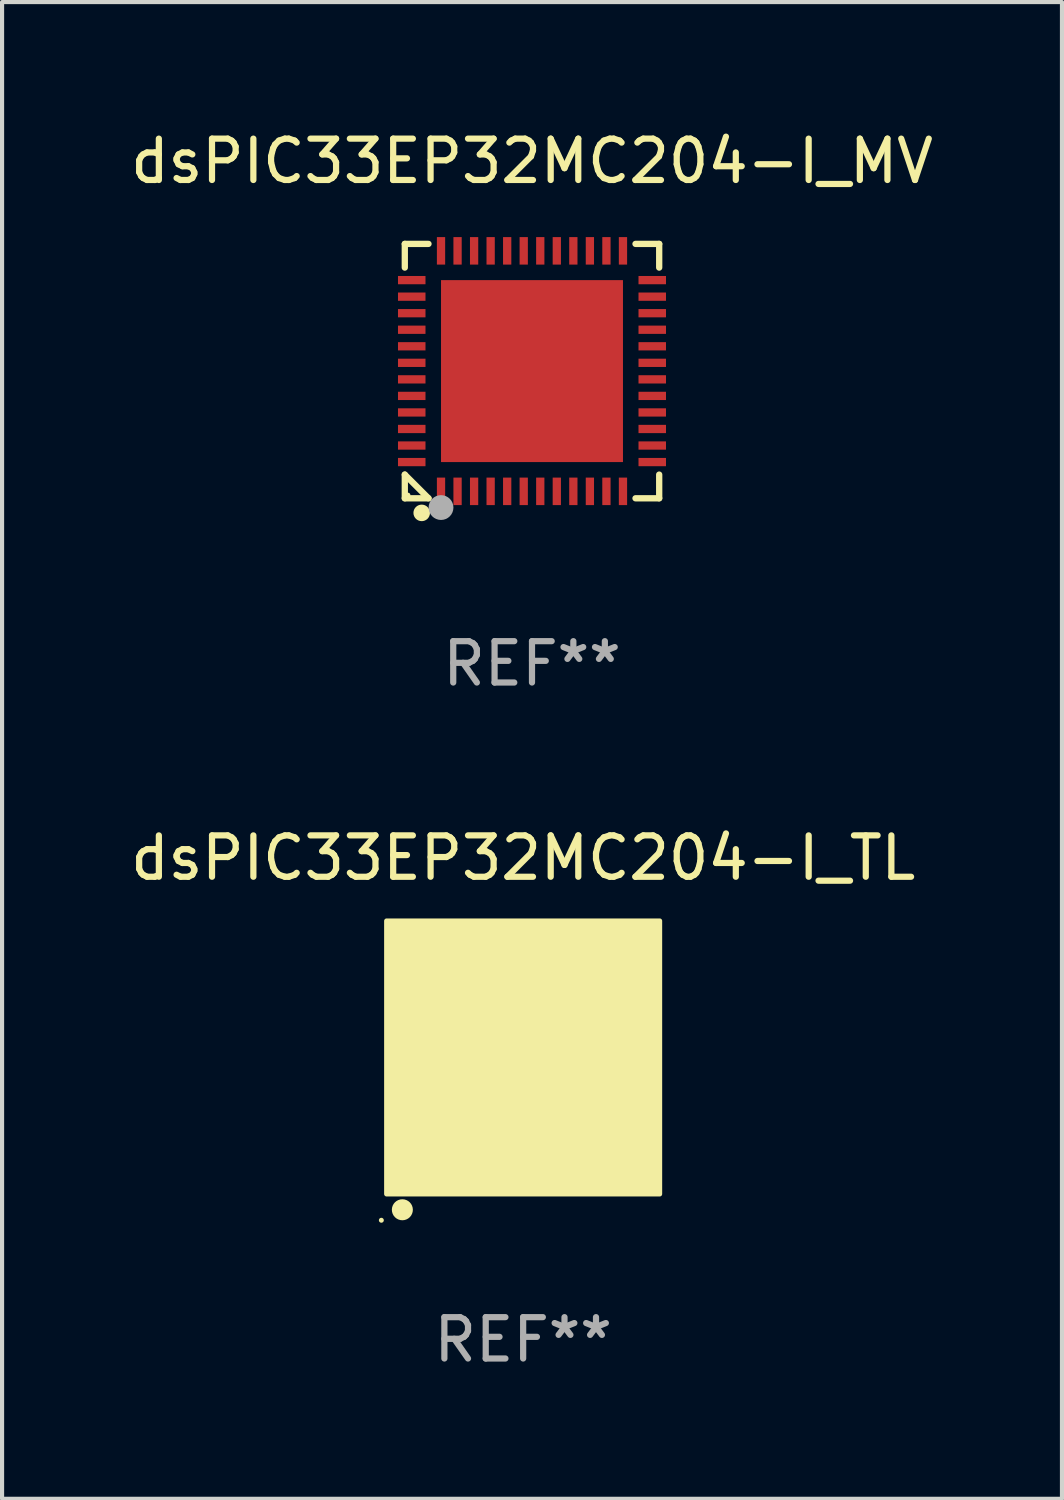
<source format=kicad_pcb>
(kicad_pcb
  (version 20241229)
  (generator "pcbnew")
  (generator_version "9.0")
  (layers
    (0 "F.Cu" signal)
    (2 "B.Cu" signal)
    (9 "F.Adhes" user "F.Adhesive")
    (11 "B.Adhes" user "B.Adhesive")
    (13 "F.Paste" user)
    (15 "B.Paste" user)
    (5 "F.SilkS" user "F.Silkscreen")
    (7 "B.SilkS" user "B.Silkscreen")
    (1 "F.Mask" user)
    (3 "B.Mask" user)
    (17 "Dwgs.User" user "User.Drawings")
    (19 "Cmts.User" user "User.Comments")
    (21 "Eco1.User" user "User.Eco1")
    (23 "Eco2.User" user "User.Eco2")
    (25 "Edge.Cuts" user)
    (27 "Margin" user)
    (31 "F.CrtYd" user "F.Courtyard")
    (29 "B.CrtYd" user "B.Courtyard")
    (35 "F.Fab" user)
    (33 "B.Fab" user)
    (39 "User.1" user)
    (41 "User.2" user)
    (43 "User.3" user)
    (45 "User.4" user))
  (footprint "dsPIC33EP32MC204-I_TL"
    (layer "F.Cu")
    (at 9.601 22.522)
    (property "Reference" "dsPIC33EP32MC204-I_TL" (at 0 -4.825 0) (layer "F.SilkS") (effects (font (size 1 1) (thickness 0.15))))
    (attr through_hole)
    (fp_circle (center -3.429 3.937) (end -3.399 3.937) (stroke (width 0.06) (type solid)) (fill no) (layer "F.SilkS"))
    (fp_circle (center -2.921 3.683) (end -2.794 3.683) (stroke (width 0.254) (type solid)) (fill no) (layer "F.SilkS"))
    (fp_poly (pts (xy -3.302 -3.302) (xy 3.302 -3.302) (xy 3.302 3.302) (xy -3.302 3.302)) (stroke (width 0.12) (type solid)) (fill yes) (layer "F.SilkS"))
    (fp_text user "REF**" (at 0 6.825 0) (layer "F.Fab") (effects (font (size 1 1) (thickness 0.15))))
    (pad "1" smd rect (at -2.25 2.825) (size 0.3 0.45) (layers "F.Cu" "F.Mask" "F.Paste"))
    (pad "2" smd rect (at -1.75 2.825) (size 0.3 0.45) (layers "F.Cu" "F.Mask" "F.Paste"))
    (pad "3" smd rect (at -1.25 2.825) (size 0.3 0.45) (layers "F.Cu" "F.Mask" "F.Paste"))
    (pad "4" smd rect (at -0.75 2.825) (size 0.3 0.45) (layers "F.Cu" "F.Mask" "F.Paste"))
    (pad "5" smd rect (at -0.25 2.825) (size 0.3 0.45) (layers "F.Cu" "F.Mask" "F.Paste"))
    (pad "6" smd rect (at 0.25 2.825) (size 0.3 0.45) (layers "F.Cu" "F.Mask" "F.Paste"))
    (pad "7" smd rect (at 0.75 2.825) (size 0.3 0.45) (layers "F.Cu" "F.Mask" "F.Paste"))
    (pad "8" smd rect (at 1.25 2.825) (size 0.3 0.45) (layers "F.Cu" "F.Mask" "F.Paste"))
    (pad "9" smd rect (at 1.75 2.825) (size 0.3 0.45) (layers "F.Cu" "F.Mask" "F.Paste"))
    (pad "10" smd rect (at 2.25 2.825) (size 0.3 0.45) (layers "F.Cu" "F.Mask" "F.Paste"))
    (pad "11" smd rect (at 2.825 2.825 90) (size 0.45 0.45) (layers "F.Cu" "F.Mask" "F.Paste"))
    (pad "12" smd rect (at 2.825 2.25 90) (size 0.3 0.45) (layers "F.Cu" "F.Mask" "F.Paste"))
    (pad "13" smd rect (at 2.825 1.75 90) (size 0.3 0.45) (layers "F.Cu" "F.Mask" "F.Paste"))
    (pad "14" smd rect (at 2.825 1.25 90) (size 0.3 0.45) (layers "F.Cu" "F.Mask" "F.Paste"))
    (pad "15" smd rect (at 2.825 0.75 90) (size 0.3 0.45) (layers "F.Cu" "F.Mask" "F.Paste"))
    (pad "16" smd rect (at 2.825 0.25 90) (size 0.3 0.45) (layers "F.Cu" "F.Mask" "F.Paste"))
    (pad "17" smd rect (at 2.825 -0.25 90) (size 0.3 0.45) (layers "F.Cu" "F.Mask" "F.Paste"))
    (pad "18" smd rect (at 2.825 -0.75 90) (size 0.3 0.45) (layers "F.Cu" "F.Mask" "F.Paste"))
    (pad "19" smd rect (at 2.825 -1.25 90) (size 0.3 0.45) (layers "F.Cu" "F.Mask" "F.Paste"))
    (pad "20" smd rect (at 2.825 -1.75 90) (size 0.3 0.45) (layers "F.Cu" "F.Mask" "F.Paste"))
    (pad "21" smd rect (at 2.825 -2.25 90) (size 0.3 0.45) (layers "F.Cu" "F.Mask" "F.Paste"))
    (pad "22" smd rect (at 2.825 -2.825 90) (size 0.45 0.45) (layers "F.Cu" "F.Mask" "F.Paste"))
    (pad "23" smd rect (at 2.25 -2.825) (size 0.3 0.45) (layers "F.Cu" "F.Mask" "F.Paste"))
    (pad "24" smd rect (at 1.75 -2.825) (size 0.3 0.45) (layers "F.Cu" "F.Mask" "F.Paste"))
    (pad "25" smd rect (at 1.25 -2.825) (size 0.3 0.45) (layers "F.Cu" "F.Mask" "F.Paste"))
    (pad "26" smd rect (at 0.75 -2.825) (size 0.3 0.45) (layers "F.Cu" "F.Mask" "F.Paste"))
    (pad "27" smd rect (at 0.25 -2.825) (size 0.3 0.45) (layers "F.Cu" "F.Mask" "F.Paste"))
    (pad "28" smd rect (at -0.25 -2.825) (size 0.3 0.45) (layers "F.Cu" "F.Mask" "F.Paste"))
    (pad "29" smd rect (at -0.75 -2.825) (size 0.3 0.45) (layers "F.Cu" "F.Mask" "F.Paste"))
    (pad "30" smd rect (at -1.25 -2.825) (size 0.3 0.45) (layers "F.Cu" "F.Mask" "F.Paste"))
    (pad "31" smd rect (at -1.75 -2.825) (size 0.3 0.45) (layers "F.Cu" "F.Mask" "F.Paste"))
    (pad "32" smd rect (at -2.25 -2.825) (size 0.3 0.45) (layers "F.Cu" "F.Mask" "F.Paste"))
    (pad "33" smd rect (at -2.825 -2.825 90) (size 0.45 0.45) (layers "F.Cu" "F.Mask" "F.Paste"))
    (pad "34" smd rect (at -2.825 -2.25 90) (size 0.3 0.45) (layers "F.Cu" "F.Mask" "F.Paste"))
    (pad "35" smd rect (at -2.825 -1.75 90) (size 0.3 0.45) (layers "F.Cu" "F.Mask" "F.Paste"))
    (pad "36" smd rect (at -2.825 -1.25 90) (size 0.3 0.45) (layers "F.Cu" "F.Mask" "F.Paste"))
    (pad "37" smd rect (at -2.825 -0.75 90) (size 0.3 0.45) (layers "F.Cu" "F.Mask" "F.Paste"))
    (pad "38" smd rect (at -2.825 -0.25 90) (size 0.3 0.45) (layers "F.Cu" "F.Mask" "F.Paste"))
    (pad "39" smd rect (at -2.825 0.25 90) (size 0.3 0.45) (layers "F.Cu" "F.Mask" "F.Paste"))
    (pad "40" smd rect (at -2.825 0.75 90) (size 0.3 0.45) (layers "F.Cu" "F.Mask" "F.Paste"))
    (pad "41" smd rect (at -2.825 1.25 90) (size 0.3 0.45) (layers "F.Cu" "F.Mask" "F.Paste"))
    (pad "42" smd rect (at -2.825 1.75 90) (size 0.3 0.45) (layers "F.Cu" "F.Mask" "F.Paste"))
    (pad "43" smd rect (at -2.825 2.25 90) (size 0.3 0.45) (layers "F.Cu" "F.Mask" "F.Paste"))
    (pad "44" smd rect (at -2.825 2.825 90) (size 0.45 0.45) (layers "F.Cu" "F.Mask" "F.Paste"))
    (pad "45" smd rect (at 0 0 90) (size 4.6 4.6) (layers "F.Cu" "F.Mask" "F.Paste")))
  (footprint "dsPIC33EP32MC204-I_MV"
    (layer "F.Cu")
    (at 9.815 5.924)
    (property "Reference" "dsPIC33EP32MC204-I_MV" (at 0 -5.076 0) (layer "F.SilkS") (effects (font (size 1 1) (thickness 0.15))))
    (attr through_hole)
    (fp_line (start -3.076 -3.076) (end -2.503 -3.076) (stroke (width 0.152) (type solid)) (layer "F.SilkS"))
    (fp_line (start -3.076 -2.503) (end -3.076 -3.076) (stroke (width 0.152) (type solid)) (layer "F.SilkS"))
    (fp_line (start -3.076 2.503) (end -3.076 3.076) (stroke (width 0.152) (type solid)) (layer "F.SilkS"))
    (fp_line (start -3.076 2.503) (end -2.503 3.076) (stroke (width 0.152) (type solid)) (layer "F.SilkS"))
    (fp_line (start -3.076 3.076) (end -2.503 3.076) (stroke (width 0.152) (type solid)) (layer "F.SilkS"))
    (fp_line (start 3.076 -3.076) (end 2.503 -3.076) (stroke (width 0.152) (type solid)) (layer "F.SilkS"))
    (fp_line (start 3.076 -2.503) (end 3.076 -3.076) (stroke (width 0.152) (type solid)) (layer "F.SilkS"))
    (fp_line (start 3.076 2.503) (end 3.076 3.076) (stroke (width 0.152) (type solid)) (layer "F.SilkS"))
    (fp_line (start 3.076 3.076) (end 2.503 3.076) (stroke (width 0.152) (type solid)) (layer "F.SilkS"))
    (fp_circle (center -3 3) (end -2.97 3) (stroke (width 0.06) (type solid)) (fill no) (layer "F.SilkS"))
    (fp_circle (center -2.667 3.429) (end -2.567 3.429) (stroke (width 0.2) (type solid)) (fill no) (layer "F.SilkS"))
    (fp_circle (center -2.2 3.3) (end -2.05 3.3) (stroke (width 0.3) (type solid)) (fill no) (layer "F.Fab"))
    (fp_text user "REF**" (at 0 7.076 0) (layer "F.Fab") (effects (font (size 1 1) (thickness 0.15))))
    (pad "1" smd rect (at -2.2 2.908) (size 0.2 0.665) (layers "F.Cu" "F.Mask" "F.Paste"))
    (pad "2" smd rect (at -1.8 2.908) (size 0.2 0.665) (layers "F.Cu" "F.Mask" "F.Paste"))
    (pad "3" smd rect (at -1.4 2.908) (size 0.2 0.665) (layers "F.Cu" "F.Mask" "F.Paste"))
    (pad "4" smd rect (at -1 2.908) (size 0.2 0.665) (layers "F.Cu" "F.Mask" "F.Paste"))
    (pad "5" smd rect (at -0.6 2.908) (size 0.2 0.665) (layers "F.Cu" "F.Mask" "F.Paste"))
    (pad "6" smd rect (at -0.2 2.908) (size 0.2 0.665) (layers "F.Cu" "F.Mask" "F.Paste"))
    (pad "7" smd rect (at 0.2 2.908) (size 0.2 0.665) (layers "F.Cu" "F.Mask" "F.Paste"))
    (pad "8" smd rect (at 0.6 2.908) (size 0.2 0.665) (layers "F.Cu" "F.Mask" "F.Paste"))
    (pad "9" smd rect (at 1 2.908) (size 0.2 0.665) (layers "F.Cu" "F.Mask" "F.Paste"))
    (pad "10" smd rect (at 1.4 2.908) (size 0.2 0.665) (layers "F.Cu" "F.Mask" "F.Paste"))
    (pad "11" smd rect (at 1.8 2.908) (size 0.2 0.665) (layers "F.Cu" "F.Mask" "F.Paste"))
    (pad "12" smd rect (at 2.2 2.908) (size 0.2 0.665) (layers "F.Cu" "F.Mask" "F.Paste"))
    (pad "13" smd rect (at 2.908 2.2) (size 0.665 0.2) (layers "F.Cu" "F.Mask" "F.Paste"))
    (pad "14" smd rect (at 2.908 1.8) (size 0.665 0.2) (layers "F.Cu" "F.Mask" "F.Paste"))
    (pad "15" smd rect (at 2.908 1.4) (size 0.665 0.2) (layers "F.Cu" "F.Mask" "F.Paste"))
    (pad "16" smd rect (at 2.908 1) (size 0.665 0.2) (layers "F.Cu" "F.Mask" "F.Paste"))
    (pad "17" smd rect (at 2.908 0.6) (size 0.665 0.2) (layers "F.Cu" "F.Mask" "F.Paste"))
    (pad "18" smd rect (at 2.908 0.2) (size 0.665 0.2) (layers "F.Cu" "F.Mask" "F.Paste"))
    (pad "19" smd rect (at 2.908 -0.2) (size 0.665 0.2) (layers "F.Cu" "F.Mask" "F.Paste"))
    (pad "20" smd rect (at 2.908 -0.6) (size 0.665 0.2) (layers "F.Cu" "F.Mask" "F.Paste"))
    (pad "21" smd rect (at 2.908 -1) (size 0.665 0.2) (layers "F.Cu" "F.Mask" "F.Paste"))
    (pad "22" smd rect (at 2.908 -1.4) (size 0.665 0.2) (layers "F.Cu" "F.Mask" "F.Paste"))
    (pad "23" smd rect (at 2.908 -1.8) (size 0.665 0.2) (layers "F.Cu" "F.Mask" "F.Paste"))
    (pad "24" smd rect (at 2.908 -2.2) (size 0.665 0.2) (layers "F.Cu" "F.Mask" "F.Paste"))
    (pad "25" smd rect (at 2.2 -2.908) (size 0.2 0.665) (layers "F.Cu" "F.Mask" "F.Paste"))
    (pad "26" smd rect (at 1.8 -2.908) (size 0.2 0.665) (layers "F.Cu" "F.Mask" "F.Paste"))
    (pad "27" smd rect (at 1.4 -2.908) (size 0.2 0.665) (layers "F.Cu" "F.Mask" "F.Paste"))
    (pad "28" smd rect (at 1 -2.908) (size 0.2 0.665) (layers "F.Cu" "F.Mask" "F.Paste"))
    (pad "29" smd rect (at 0.6 -2.908) (size 0.2 0.665) (layers "F.Cu" "F.Mask" "F.Paste"))
    (pad "30" smd rect (at 0.2 -2.908) (size 0.2 0.665) (layers "F.Cu" "F.Mask" "F.Paste"))
    (pad "31" smd rect (at -0.2 -2.908) (size 0.2 0.665) (layers "F.Cu" "F.Mask" "F.Paste"))
    (pad "32" smd rect (at -0.6 -2.908) (size 0.2 0.665) (layers "F.Cu" "F.Mask" "F.Paste"))
    (pad "33" smd rect (at -1 -2.908) (size 0.2 0.665) (layers "F.Cu" "F.Mask" "F.Paste"))
    (pad "34" smd rect (at -1.4 -2.908) (size 0.2 0.665) (layers "F.Cu" "F.Mask" "F.Paste"))
    (pad "35" smd rect (at -1.8 -2.908) (size 0.2 0.665) (layers "F.Cu" "F.Mask" "F.Paste"))
    (pad "36" smd rect (at -2.2 -2.908) (size 0.2 0.665) (layers "F.Cu" "F.Mask" "F.Paste"))
    (pad "37" smd rect (at -2.908 -2.2) (size 0.665 0.2) (layers "F.Cu" "F.Mask" "F.Paste"))
    (pad "38" smd rect (at -2.908 -1.8) (size 0.665 0.2) (layers "F.Cu" "F.Mask" "F.Paste"))
    (pad "39" smd rect (at -2.908 -1.4) (size 0.665 0.2) (layers "F.Cu" "F.Mask" "F.Paste"))
    (pad "40" smd rect (at -2.908 -1) (size 0.665 0.2) (layers "F.Cu" "F.Mask" "F.Paste"))
    (pad "41" smd rect (at -2.908 -0.6) (size 0.665 0.2) (layers "F.Cu" "F.Mask" "F.Paste"))
    (pad "42" smd rect (at -2.908 -0.2) (size 0.665 0.2) (layers "F.Cu" "F.Mask" "F.Paste"))
    (pad "43" smd rect (at -2.908 0.2) (size 0.665 0.2) (layers "F.Cu" "F.Mask" "F.Paste"))
    (pad "44" smd rect (at -2.908 0.6) (size 0.665 0.2) (layers "F.Cu" "F.Mask" "F.Paste"))
    (pad "45" smd rect (at -2.908 1) (size 0.665 0.2) (layers "F.Cu" "F.Mask" "F.Paste"))
    (pad "46" smd rect (at -2.908 1.4) (size 0.665 0.2) (layers "F.Cu" "F.Mask" "F.Paste"))
    (pad "47" smd rect (at -2.908 1.8) (size 0.665 0.2) (layers "F.Cu" "F.Mask" "F.Paste"))
    (pad "48" smd rect (at -2.908 2.2) (size 0.665 0.2) (layers "F.Cu" "F.Mask" "F.Paste"))
    (pad "49" smd rect (at 0 0) (size 4.4 4.4) (layers "F.Cu" "F.Mask" "F.Paste")))
  (gr_rect
    (start -3 -3)
    (end 22.631 33.195)
    (stroke (width 0.1) (type default))
    (fill no)
    (layer "Edge.Cuts")))
</source>
